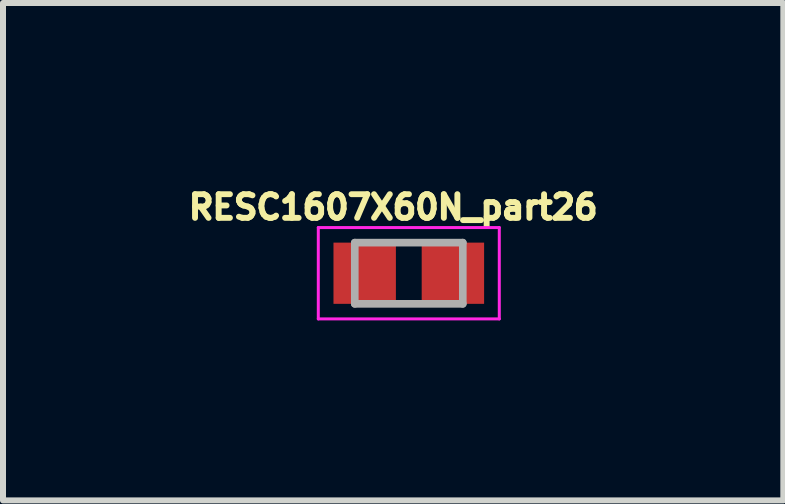
<source format=kicad_pcb>
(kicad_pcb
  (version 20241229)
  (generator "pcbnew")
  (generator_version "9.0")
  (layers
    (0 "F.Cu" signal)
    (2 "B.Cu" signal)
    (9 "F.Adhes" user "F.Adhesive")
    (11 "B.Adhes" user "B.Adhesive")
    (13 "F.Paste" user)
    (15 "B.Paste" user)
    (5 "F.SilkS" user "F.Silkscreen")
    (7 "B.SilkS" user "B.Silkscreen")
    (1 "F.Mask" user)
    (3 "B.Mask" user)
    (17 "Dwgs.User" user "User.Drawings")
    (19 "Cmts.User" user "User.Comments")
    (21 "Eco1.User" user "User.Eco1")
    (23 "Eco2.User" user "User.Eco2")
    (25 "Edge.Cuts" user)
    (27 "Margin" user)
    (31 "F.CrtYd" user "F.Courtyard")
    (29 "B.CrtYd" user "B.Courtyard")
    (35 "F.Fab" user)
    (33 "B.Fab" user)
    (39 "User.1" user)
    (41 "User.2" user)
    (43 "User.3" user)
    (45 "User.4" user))
  (footprint "RESC1607X60N_part26"
    (layer "F.Cu")
    (at 3.762 1.503)
    (property "Reference" "RESC1607X60N_part26" (at -0.26 -1.1 0) (layer "F.SilkS") (effects (font (size 0.394 0.394) (thickness 0.15))))
    (attr smd)
    (fp_line (start -1.508 -0.761) (end 1.508 -0.761) (stroke (width 0.05) (type solid)) (layer "F.CrtYd"))
    (fp_line (start -1.508 0.761) (end -1.508 -0.761) (stroke (width 0.05) (type solid)) (layer "F.CrtYd"))
    (fp_line (start -1.508 0.761) (end 1.508 0.761) (stroke (width 0.05) (type solid)) (layer "F.CrtYd"))
    (fp_line (start 1.508 0.761) (end 1.508 -0.761) (stroke (width 0.05) (type solid)) (layer "F.CrtYd"))
    (fp_line (start -0.9 0.51) (end -0.9 -0.51) (stroke (width 0.127) (type solid)) (layer "F.Fab"))
    (fp_line (start 0.9 -0.51) (end -0.9 -0.51) (stroke (width 0.127) (type solid)) (layer "F.Fab"))
    (fp_line (start 0.9 0.51) (end -0.9 0.51) (stroke (width 0.127) (type solid)) (layer "F.Fab"))
    (fp_line (start 0.9 0.51) (end 0.9 -0.51) (stroke (width 0.127) (type solid)) (layer "F.Fab"))
    (pad "1" smd rect (at -0.735 0) (size 1.04 1.02) (layers "F.Cu" "F.Mask" "F.Paste"))
    (pad "2" smd rect (at 0.735 0) (size 1.04 1.02) (layers "F.Cu" "F.Mask" "F.Paste")))
  (gr_rect
    (start -3 -3)
    (end 10.003 5.289)
    (stroke (width 0.1) (type default))
    (fill no)
    (layer "Edge.Cuts")))
</source>
